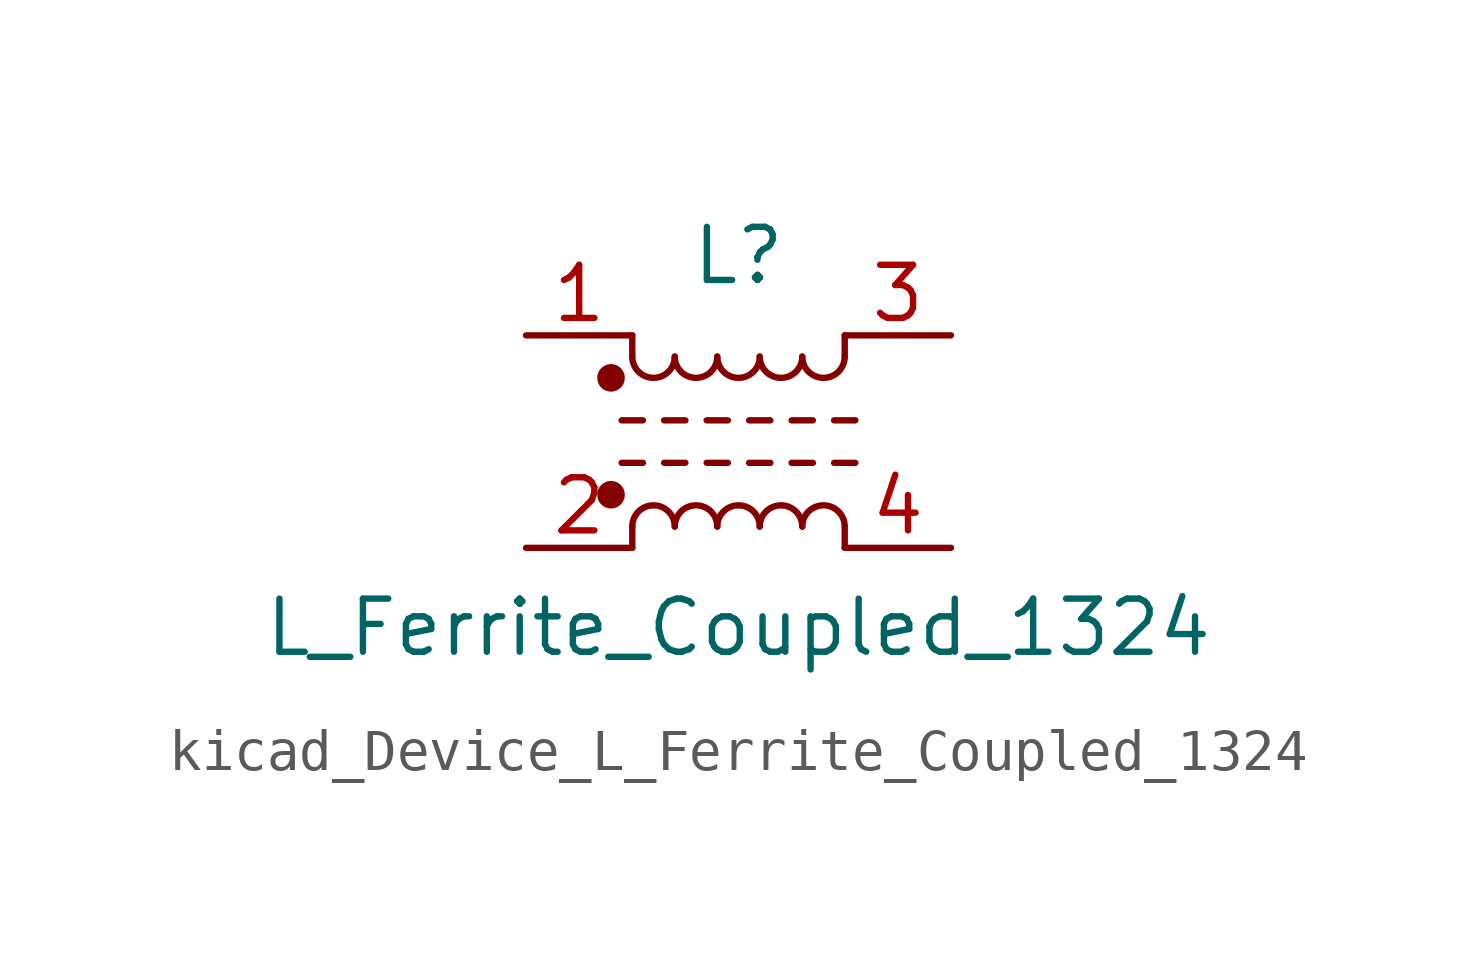
<source format=kicad_sym>
(kicad_symbol_lib
  (version 20220914)
  (generator kicad_symbol_editor)
  (symbol "kicad_Device_L_Ferrite_Coupled_1324"
    (pin_names
      (offset 0.254) hide)
    (property "Reference" "L"
      (at 0 4.445 0)
      (effects (font (size 1.27 1.27))))
    (property "Value" "L_Ferrite_Coupled_1324"
      (at 0 -4.445 0)
      (effects (font (size 1.27 1.27))))
    (symbol "kicad_Device_L_Ferrite_Coupled_1324_0_1"
      (circle (center -3.048 -1.27) (radius 0.254) (stroke (width 0) (type default)) (fill (type outline)))
      (circle (center -3.048 1.524) (radius 0.254) (stroke (width 0) (type default)) (fill (type outline)))
      (arc (start -2.54 2.032) (mid -2.032 1.5262) (end -1.524 2.032) (stroke (width 0) (type default)) (fill (type none)))
      (arc (start -1.524 -2.032) (mid -2.032 -1.5262) (end -2.54 -2.032) (stroke (width 0) (type default)) (fill (type none)))
      (arc (start -1.524 2.032) (mid -1.016 1.5262) (end -0.508 2.032) (stroke (width 0) (type default)) (fill (type none)))
      (arc (start -0.508 -2.032) (mid -1.016 -1.5262) (end -1.524 -2.032) (stroke (width 0) (type default)) (fill (type none)))
      (arc (start -0.508 2.032) (mid 0 1.5262) (end 0.508 2.032) (stroke (width 0) (type default)) (fill (type none)))
      (polyline (pts (xy -2.794 -0.508) (xy -2.286 -0.508)) (stroke (width 0) (type default)) (fill (type none)))
      (polyline (pts (xy -2.794 0.508) (xy -2.286 0.508)) (stroke (width 0) (type default)) (fill (type none)))
      (polyline (pts (xy -2.54 -2.032) (xy -2.54 -2.54)) (stroke (width 0) (type default)) (fill (type none)))
      (polyline (pts (xy -2.54 2.032) (xy -2.54 2.54)) (stroke (width 0) (type default)) (fill (type none)))
      (polyline (pts (xy -1.778 -0.508) (xy -1.27 -0.508)) (stroke (width 0) (type default)) (fill (type none)))
      (polyline (pts (xy -1.778 0.508) (xy -1.27 0.508)) (stroke (width 0) (type default)) (fill (type none)))
      (polyline (pts (xy -0.762 -0.508) (xy -0.254 -0.508)) (stroke (width 0) (type default)) (fill (type none)))
      (polyline (pts (xy -0.762 0.508) (xy -0.254 0.508)) (stroke (width 0) (type default)) (fill (type none)))
      (polyline (pts (xy 0.254 -0.508) (xy 0.762 -0.508)) (stroke (width 0) (type default)) (fill (type none)))
      (polyline (pts (xy 0.254 0.508) (xy 0.762 0.508)) (stroke (width 0) (type default)) (fill (type none)))
      (polyline (pts (xy 1.27 -0.508) (xy 1.778 -0.508)) (stroke (width 0) (type default)) (fill (type none)))
      (polyline (pts (xy 1.27 0.508) (xy 1.778 0.508)) (stroke (width 0) (type default)) (fill (type none)))
      (polyline (pts (xy 2.286 -0.508) (xy 2.794 -0.508)) (stroke (width 0) (type default)) (fill (type none)))
      (polyline (pts (xy 2.286 0.508) (xy 2.794 0.508)) (stroke (width 0) (type default)) (fill (type none)))
      (polyline (pts (xy 2.54 -2.032) (xy 2.54 -2.54)) (stroke (width 0) (type default)) (fill (type none)))
      (polyline (pts (xy 2.54 2.54) (xy 2.54 2.032)) (stroke (width 0) (type default)) (fill (type none)))
      (arc (start 0.508 -2.032) (mid 0 -1.5262) (end -0.508 -2.032) (stroke (width 0) (type default)) (fill (type none)))
      (arc (start 0.508 2.032) (mid 1.016 1.5262) (end 1.524 2.032) (stroke (width 0) (type default)) (fill (type none)))
      (arc (start 1.524 -2.032) (mid 1.016 -1.5262) (end 0.508 -2.032) (stroke (width 0) (type default)) (fill (type none)))
      (arc (start 1.524 2.032) (mid 2.032 1.5262) (end 2.54 2.032) (stroke (width 0) (type default)) (fill (type none)))
      (arc (start 2.54 -2.032) (mid 2.032 -1.5262) (end 1.524 -2.032) (stroke (width 0) (type default)) (fill (type none))))
    (symbol "kicad_Device_L_Ferrite_Coupled_1324_1_1"
      (pin passive line (at -5.08 2.54 0) (length 2.54) (name "1" (effects (font (size 1.27 1.27)))) (number "1" (effects (font (size 1.27 1.27)))))
      (pin passive line (at -5.08 -2.54 0) (length 2.54) (name "2" (effects (font (size 1.27 1.27)))) (number "2" (effects (font (size 1.27 1.27)))))
      (pin passive line (at 5.08 2.54 180) (length 2.54) (name "3" (effects (font (size 1.27 1.27)))) (number "3" (effects (font (size 1.27 1.27)))))
      (pin passive line (at 5.08 -2.54 180) (length 2.54) (name "4" (effects (font (size 1.27 1.27)))) (number "4" (effects (font (size 1.27 1.27))))))))
</source>
